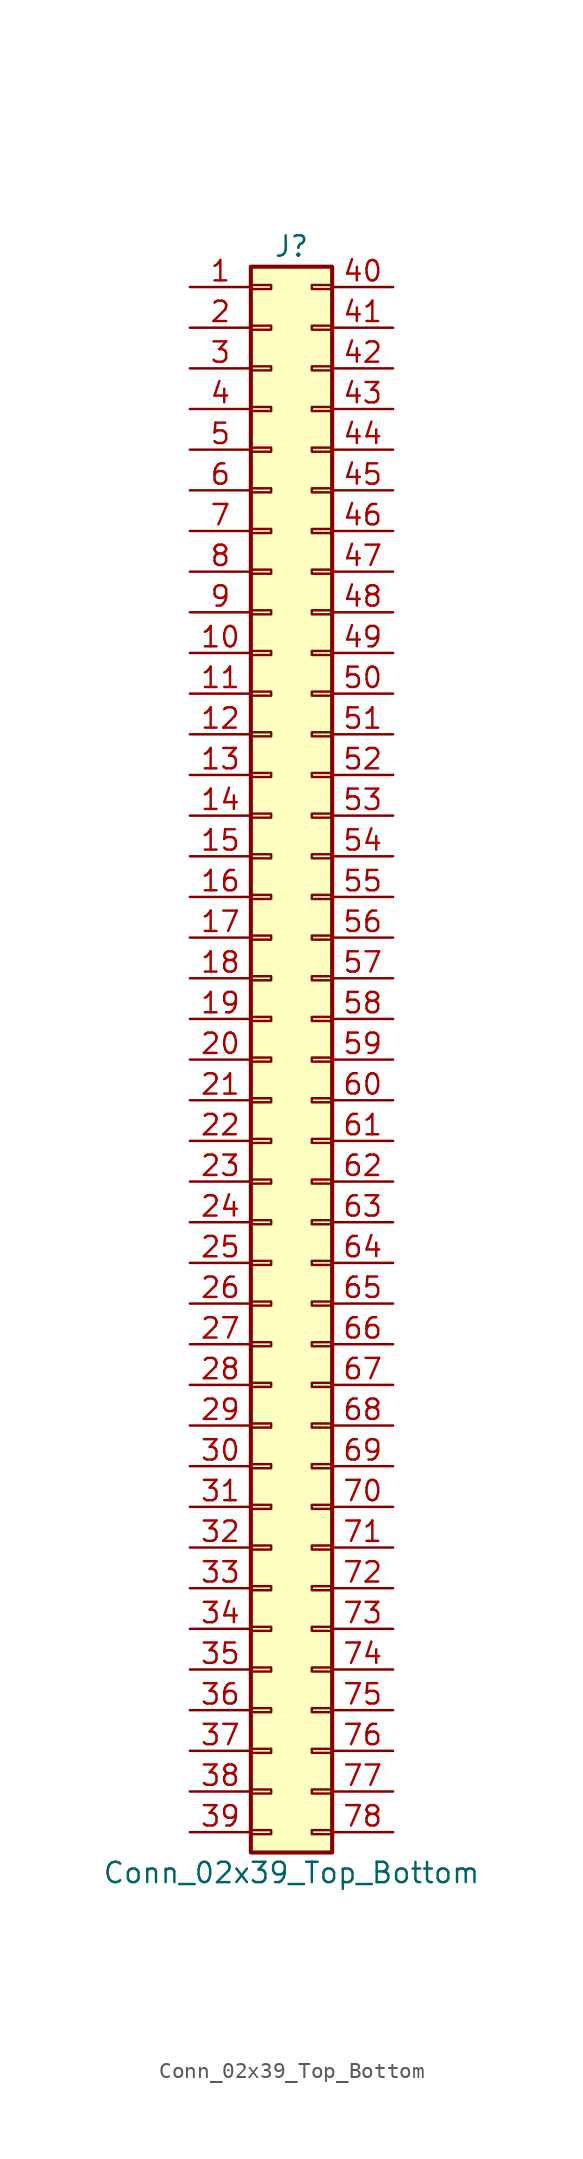
<source format=kicad_sym>
(kicad_symbol_lib
  (version 20220914)
  (generator kicad_symbol_editor)
  (symbol "Conn_02x39_Top_Bottom"
    (pin_names
      (offset 1.016) hide)
    (property "Reference" "J"
      (at 1.27 50.8 0)
      (effects (font (size 1.27 1.27))))
    (property "Value" "Conn_02x39_Top_Bottom"
      (at 1.27 -50.8 0)
      (effects (font (size 1.27 1.27))))
    (symbol "Conn_02x39_Top_Bottom_1_1"
      (rectangle (start -1.27 -48.133) (end 0 -48.387) (stroke (width 0.152) (type solid)) (fill (type none)))
      (rectangle (start -1.27 -45.593) (end 0 -45.847) (stroke (width 0.152) (type solid)) (fill (type none)))
      (rectangle (start -1.27 -43.053) (end 0 -43.307) (stroke (width 0.152) (type solid)) (fill (type none)))
      (rectangle (start -1.27 -40.513) (end 0 -40.767) (stroke (width 0.152) (type solid)) (fill (type none)))
      (rectangle (start -1.27 -37.973) (end 0 -38.227) (stroke (width 0.152) (type solid)) (fill (type none)))
      (rectangle (start -1.27 -35.433) (end 0 -35.687) (stroke (width 0.152) (type solid)) (fill (type none)))
      (rectangle (start -1.27 -32.893) (end 0 -33.147) (stroke (width 0.152) (type solid)) (fill (type none)))
      (rectangle (start -1.27 -30.353) (end 0 -30.607) (stroke (width 0.152) (type solid)) (fill (type none)))
      (rectangle (start -1.27 -27.813) (end 0 -28.067) (stroke (width 0.152) (type solid)) (fill (type none)))
      (rectangle (start -1.27 -25.273) (end 0 -25.527) (stroke (width 0.152) (type solid)) (fill (type none)))
      (rectangle (start -1.27 -22.733) (end 0 -22.987) (stroke (width 0.152) (type solid)) (fill (type none)))
      (rectangle (start -1.27 -20.193) (end 0 -20.447) (stroke (width 0.152) (type solid)) (fill (type none)))
      (rectangle (start -1.27 -17.653) (end 0 -17.907) (stroke (width 0.152) (type solid)) (fill (type none)))
      (rectangle (start -1.27 -15.113) (end 0 -15.367) (stroke (width 0.152) (type solid)) (fill (type none)))
      (rectangle (start -1.27 -12.573) (end 0 -12.827) (stroke (width 0.152) (type solid)) (fill (type none)))
      (rectangle (start -1.27 -10.033) (end 0 -10.287) (stroke (width 0.152) (type solid)) (fill (type none)))
      (rectangle (start -1.27 -7.493) (end 0 -7.747) (stroke (width 0.152) (type solid)) (fill (type none)))
      (rectangle (start -1.27 -4.953) (end 0 -5.207) (stroke (width 0.152) (type solid)) (fill (type none)))
      (rectangle (start -1.27 -2.413) (end 0 -2.667) (stroke (width 0.152) (type solid)) (fill (type none)))
      (rectangle (start -1.27 0.127) (end 0 -0.127) (stroke (width 0.152) (type solid)) (fill (type none)))
      (rectangle (start -1.27 2.667) (end 0 2.413) (stroke (width 0.152) (type solid)) (fill (type none)))
      (rectangle (start -1.27 5.207) (end 0 4.953) (stroke (width 0.152) (type solid)) (fill (type none)))
      (rectangle (start -1.27 7.747) (end 0 7.493) (stroke (width 0.152) (type solid)) (fill (type none)))
      (rectangle (start -1.27 10.287) (end 0 10.033) (stroke (width 0.152) (type solid)) (fill (type none)))
      (rectangle (start -1.27 12.827) (end 0 12.573) (stroke (width 0.152) (type solid)) (fill (type none)))
      (rectangle (start -1.27 15.367) (end 0 15.113) (stroke (width 0.152) (type solid)) (fill (type none)))
      (rectangle (start -1.27 17.907) (end 0 17.653) (stroke (width 0.152) (type solid)) (fill (type none)))
      (rectangle (start -1.27 20.447) (end 0 20.193) (stroke (width 0.152) (type solid)) (fill (type none)))
      (rectangle (start -1.27 22.987) (end 0 22.733) (stroke (width 0.152) (type solid)) (fill (type none)))
      (rectangle (start -1.27 25.527) (end 0 25.273) (stroke (width 0.152) (type solid)) (fill (type none)))
      (rectangle (start -1.27 28.067) (end 0 27.813) (stroke (width 0.152) (type solid)) (fill (type none)))
      (rectangle (start -1.27 30.607) (end 0 30.353) (stroke (width 0.152) (type solid)) (fill (type none)))
      (rectangle (start -1.27 33.147) (end 0 32.893) (stroke (width 0.152) (type solid)) (fill (type none)))
      (rectangle (start -1.27 35.687) (end 0 35.433) (stroke (width 0.152) (type solid)) (fill (type none)))
      (rectangle (start -1.27 38.227) (end 0 37.973) (stroke (width 0.152) (type solid)) (fill (type none)))
      (rectangle (start -1.27 40.767) (end 0 40.513) (stroke (width 0.152) (type solid)) (fill (type none)))
      (rectangle (start -1.27 43.307) (end 0 43.053) (stroke (width 0.152) (type solid)) (fill (type none)))
      (rectangle (start -1.27 45.847) (end 0 45.593) (stroke (width 0.152) (type solid)) (fill (type none)))
      (rectangle (start -1.27 48.387) (end 0 48.133) (stroke (width 0.152) (type solid)) (fill (type none)))
      (rectangle (start -1.27 49.53) (end 3.81 -49.53) (stroke (width 0.254) (type solid)) (fill (type background)))
      (rectangle (start 3.81 -48.133) (end 2.54 -48.387) (stroke (width 0.152) (type solid)) (fill (type none)))
      (rectangle (start 3.81 -45.593) (end 2.54 -45.847) (stroke (width 0.152) (type solid)) (fill (type none)))
      (rectangle (start 3.81 -43.053) (end 2.54 -43.307) (stroke (width 0.152) (type solid)) (fill (type none)))
      (rectangle (start 3.81 -40.513) (end 2.54 -40.767) (stroke (width 0.152) (type solid)) (fill (type none)))
      (rectangle (start 3.81 -37.973) (end 2.54 -38.227) (stroke (width 0.152) (type solid)) (fill (type none)))
      (rectangle (start 3.81 -35.433) (end 2.54 -35.687) (stroke (width 0.152) (type solid)) (fill (type none)))
      (rectangle (start 3.81 -32.893) (end 2.54 -33.147) (stroke (width 0.152) (type solid)) (fill (type none)))
      (rectangle (start 3.81 -30.353) (end 2.54 -30.607) (stroke (width 0.152) (type solid)) (fill (type none)))
      (rectangle (start 3.81 -27.813) (end 2.54 -28.067) (stroke (width 0.152) (type solid)) (fill (type none)))
      (rectangle (start 3.81 -25.273) (end 2.54 -25.527) (stroke (width 0.152) (type solid)) (fill (type none)))
      (rectangle (start 3.81 -22.733) (end 2.54 -22.987) (stroke (width 0.152) (type solid)) (fill (type none)))
      (rectangle (start 3.81 -20.193) (end 2.54 -20.447) (stroke (width 0.152) (type solid)) (fill (type none)))
      (rectangle (start 3.81 -17.653) (end 2.54 -17.907) (stroke (width 0.152) (type solid)) (fill (type none)))
      (rectangle (start 3.81 -15.113) (end 2.54 -15.367) (stroke (width 0.152) (type solid)) (fill (type none)))
      (rectangle (start 3.81 -12.573) (end 2.54 -12.827) (stroke (width 0.152) (type solid)) (fill (type none)))
      (rectangle (start 3.81 -10.033) (end 2.54 -10.287) (stroke (width 0.152) (type solid)) (fill (type none)))
      (rectangle (start 3.81 -7.493) (end 2.54 -7.747) (stroke (width 0.152) (type solid)) (fill (type none)))
      (rectangle (start 3.81 -4.953) (end 2.54 -5.207) (stroke (width 0.152) (type solid)) (fill (type none)))
      (rectangle (start 3.81 -2.413) (end 2.54 -2.667) (stroke (width 0.152) (type solid)) (fill (type none)))
      (rectangle (start 3.81 0.127) (end 2.54 -0.127) (stroke (width 0.152) (type solid)) (fill (type none)))
      (rectangle (start 3.81 2.667) (end 2.54 2.413) (stroke (width 0.152) (type solid)) (fill (type none)))
      (rectangle (start 3.81 5.207) (end 2.54 4.953) (stroke (width 0.152) (type solid)) (fill (type none)))
      (rectangle (start 3.81 7.747) (end 2.54 7.493) (stroke (width 0.152) (type solid)) (fill (type none)))
      (rectangle (start 3.81 10.287) (end 2.54 10.033) (stroke (width 0.152) (type solid)) (fill (type none)))
      (rectangle (start 3.81 12.827) (end 2.54 12.573) (stroke (width 0.152) (type solid)) (fill (type none)))
      (rectangle (start 3.81 15.367) (end 2.54 15.113) (stroke (width 0.152) (type solid)) (fill (type none)))
      (rectangle (start 3.81 17.907) (end 2.54 17.653) (stroke (width 0.152) (type solid)) (fill (type none)))
      (rectangle (start 3.81 20.447) (end 2.54 20.193) (stroke (width 0.152) (type solid)) (fill (type none)))
      (rectangle (start 3.81 22.987) (end 2.54 22.733) (stroke (width 0.152) (type solid)) (fill (type none)))
      (rectangle (start 3.81 25.527) (end 2.54 25.273) (stroke (width 0.152) (type solid)) (fill (type none)))
      (rectangle (start 3.81 28.067) (end 2.54 27.813) (stroke (width 0.152) (type solid)) (fill (type none)))
      (rectangle (start 3.81 30.607) (end 2.54 30.353) (stroke (width 0.152) (type solid)) (fill (type none)))
      (rectangle (start 3.81 33.147) (end 2.54 32.893) (stroke (width 0.152) (type solid)) (fill (type none)))
      (rectangle (start 3.81 35.687) (end 2.54 35.433) (stroke (width 0.152) (type solid)) (fill (type none)))
      (rectangle (start 3.81 38.227) (end 2.54 37.973) (stroke (width 0.152) (type solid)) (fill (type none)))
      (rectangle (start 3.81 40.767) (end 2.54 40.513) (stroke (width 0.152) (type solid)) (fill (type none)))
      (rectangle (start 3.81 43.307) (end 2.54 43.053) (stroke (width 0.152) (type solid)) (fill (type none)))
      (rectangle (start 3.81 45.847) (end 2.54 45.593) (stroke (width 0.152) (type solid)) (fill (type none)))
      (rectangle (start 3.81 48.387) (end 2.54 48.133) (stroke (width 0.152) (type solid)) (fill (type none)))
      (pin passive line (at -5.08 48.26 0) (length 3.81) (name "Pin_1" (effects (font (size 1.27 1.27)))) (number "1" (effects (font (size 1.27 1.27)))))
      (pin passive line (at -5.08 25.4 0) (length 3.81) (name "Pin_10" (effects (font (size 1.27 1.27)))) (number "10" (effects (font (size 1.27 1.27)))))
      (pin passive line (at -5.08 22.86 0) (length 3.81) (name "Pin_11" (effects (font (size 1.27 1.27)))) (number "11" (effects (font (size 1.27 1.27)))))
      (pin passive line (at -5.08 20.32 0) (length 3.81) (name "Pin_12" (effects (font (size 1.27 1.27)))) (number "12" (effects (font (size 1.27 1.27)))))
      (pin passive line (at -5.08 17.78 0) (length 3.81) (name "Pin_13" (effects (font (size 1.27 1.27)))) (number "13" (effects (font (size 1.27 1.27)))))
      (pin passive line (at -5.08 15.24 0) (length 3.81) (name "Pin_14" (effects (font (size 1.27 1.27)))) (number "14" (effects (font (size 1.27 1.27)))))
      (pin passive line (at -5.08 12.7 0) (length 3.81) (name "Pin_15" (effects (font (size 1.27 1.27)))) (number "15" (effects (font (size 1.27 1.27)))))
      (pin passive line (at -5.08 10.16 0) (length 3.81) (name "Pin_16" (effects (font (size 1.27 1.27)))) (number "16" (effects (font (size 1.27 1.27)))))
      (pin passive line (at -5.08 7.62 0) (length 3.81) (name "Pin_17" (effects (font (size 1.27 1.27)))) (number "17" (effects (font (size 1.27 1.27)))))
      (pin passive line (at -5.08 5.08 0) (length 3.81) (name "Pin_18" (effects (font (size 1.27 1.27)))) (number "18" (effects (font (size 1.27 1.27)))))
      (pin passive line (at -5.08 2.54 0) (length 3.81) (name "Pin_19" (effects (font (size 1.27 1.27)))) (number "19" (effects (font (size 1.27 1.27)))))
      (pin passive line (at -5.08 45.72 0) (length 3.81) (name "Pin_2" (effects (font (size 1.27 1.27)))) (number "2" (effects (font (size 1.27 1.27)))))
      (pin passive line (at -5.08 0 0) (length 3.81) (name "Pin_20" (effects (font (size 1.27 1.27)))) (number "20" (effects (font (size 1.27 1.27)))))
      (pin passive line (at -5.08 -2.54 0) (length 3.81) (name "Pin_21" (effects (font (size 1.27 1.27)))) (number "21" (effects (font (size 1.27 1.27)))))
      (pin passive line (at -5.08 -5.08 0) (length 3.81) (name "Pin_22" (effects (font (size 1.27 1.27)))) (number "22" (effects (font (size 1.27 1.27)))))
      (pin passive line (at -5.08 -7.62 0) (length 3.81) (name "Pin_23" (effects (font (size 1.27 1.27)))) (number "23" (effects (font (size 1.27 1.27)))))
      (pin passive line (at -5.08 -10.16 0) (length 3.81) (name "Pin_24" (effects (font (size 1.27 1.27)))) (number "24" (effects (font (size 1.27 1.27)))))
      (pin passive line (at -5.08 -12.7 0) (length 3.81) (name "Pin_25" (effects (font (size 1.27 1.27)))) (number "25" (effects (font (size 1.27 1.27)))))
      (pin passive line (at -5.08 -15.24 0) (length 3.81) (name "Pin_26" (effects (font (size 1.27 1.27)))) (number "26" (effects (font (size 1.27 1.27)))))
      (pin passive line (at -5.08 -17.78 0) (length 3.81) (name "Pin_27" (effects (font (size 1.27 1.27)))) (number "27" (effects (font (size 1.27 1.27)))))
      (pin passive line (at -5.08 -20.32 0) (length 3.81) (name "Pin_28" (effects (font (size 1.27 1.27)))) (number "28" (effects (font (size 1.27 1.27)))))
      (pin passive line (at -5.08 -22.86 0) (length 3.81) (name "Pin_29" (effects (font (size 1.27 1.27)))) (number "29" (effects (font (size 1.27 1.27)))))
      (pin passive line (at -5.08 43.18 0) (length 3.81) (name "Pin_3" (effects (font (size 1.27 1.27)))) (number "3" (effects (font (size 1.27 1.27)))))
      (pin passive line (at -5.08 -25.4 0) (length 3.81) (name "Pin_30" (effects (font (size 1.27 1.27)))) (number "30" (effects (font (size 1.27 1.27)))))
      (pin passive line (at -5.08 -27.94 0) (length 3.81) (name "Pin_31" (effects (font (size 1.27 1.27)))) (number "31" (effects (font (size 1.27 1.27)))))
      (pin passive line (at -5.08 -30.48 0) (length 3.81) (name "Pin_32" (effects (font (size 1.27 1.27)))) (number "32" (effects (font (size 1.27 1.27)))))
      (pin passive line (at -5.08 -33.02 0) (length 3.81) (name "Pin_33" (effects (font (size 1.27 1.27)))) (number "33" (effects (font (size 1.27 1.27)))))
      (pin passive line (at -5.08 -35.56 0) (length 3.81) (name "Pin_34" (effects (font (size 1.27 1.27)))) (number "34" (effects (font (size 1.27 1.27)))))
      (pin passive line (at -5.08 -38.1 0) (length 3.81) (name "Pin_35" (effects (font (size 1.27 1.27)))) (number "35" (effects (font (size 1.27 1.27)))))
      (pin passive line (at -5.08 -40.64 0) (length 3.81) (name "Pin_36" (effects (font (size 1.27 1.27)))) (number "36" (effects (font (size 1.27 1.27)))))
      (pin passive line (at -5.08 -43.18 0) (length 3.81) (name "Pin_37" (effects (font (size 1.27 1.27)))) (number "37" (effects (font (size 1.27 1.27)))))
      (pin passive line (at -5.08 -45.72 0) (length 3.81) (name "Pin_38" (effects (font (size 1.27 1.27)))) (number "38" (effects (font (size 1.27 1.27)))))
      (pin passive line (at -5.08 -48.26 0) (length 3.81) (name "Pin_39" (effects (font (size 1.27 1.27)))) (number "39" (effects (font (size 1.27 1.27)))))
      (pin passive line (at -5.08 40.64 0) (length 3.81) (name "Pin_4" (effects (font (size 1.27 1.27)))) (number "4" (effects (font (size 1.27 1.27)))))
      (pin passive line (at 7.62 48.26 180) (length 3.81) (name "Pin_40" (effects (font (size 1.27 1.27)))) (number "40" (effects (font (size 1.27 1.27)))))
      (pin passive line (at 7.62 45.72 180) (length 3.81) (name "Pin_41" (effects (font (size 1.27 1.27)))) (number "41" (effects (font (size 1.27 1.27)))))
      (pin passive line (at 7.62 43.18 180) (length 3.81) (name "Pin_42" (effects (font (size 1.27 1.27)))) (number "42" (effects (font (size 1.27 1.27)))))
      (pin passive line (at 7.62 40.64 180) (length 3.81) (name "Pin_43" (effects (font (size 1.27 1.27)))) (number "43" (effects (font (size 1.27 1.27)))))
      (pin passive line (at 7.62 38.1 180) (length 3.81) (name "Pin_44" (effects (font (size 1.27 1.27)))) (number "44" (effects (font (size 1.27 1.27)))))
      (pin passive line (at 7.62 35.56 180) (length 3.81) (name "Pin_45" (effects (font (size 1.27 1.27)))) (number "45" (effects (font (size 1.27 1.27)))))
      (pin passive line (at 7.62 33.02 180) (length 3.81) (name "Pin_46" (effects (font (size 1.27 1.27)))) (number "46" (effects (font (size 1.27 1.27)))))
      (pin passive line (at 7.62 30.48 180) (length 3.81) (name "Pin_47" (effects (font (size 1.27 1.27)))) (number "47" (effects (font (size 1.27 1.27)))))
      (pin passive line (at 7.62 27.94 180) (length 3.81) (name "Pin_48" (effects (font (size 1.27 1.27)))) (number "48" (effects (font (size 1.27 1.27)))))
      (pin passive line (at 7.62 25.4 180) (length 3.81) (name "Pin_49" (effects (font (size 1.27 1.27)))) (number "49" (effects (font (size 1.27 1.27)))))
      (pin passive line (at -5.08 38.1 0) (length 3.81) (name "Pin_5" (effects (font (size 1.27 1.27)))) (number "5" (effects (font (size 1.27 1.27)))))
      (pin passive line (at 7.62 22.86 180) (length 3.81) (name "Pin_50" (effects (font (size 1.27 1.27)))) (number "50" (effects (font (size 1.27 1.27)))))
      (pin passive line (at 7.62 20.32 180) (length 3.81) (name "Pin_51" (effects (font (size 1.27 1.27)))) (number "51" (effects (font (size 1.27 1.27)))))
      (pin passive line (at 7.62 17.78 180) (length 3.81) (name "Pin_52" (effects (font (size 1.27 1.27)))) (number "52" (effects (font (size 1.27 1.27)))))
      (pin passive line (at 7.62 15.24 180) (length 3.81) (name "Pin_53" (effects (font (size 1.27 1.27)))) (number "53" (effects (font (size 1.27 1.27)))))
      (pin passive line (at 7.62 12.7 180) (length 3.81) (name "Pin_54" (effects (font (size 1.27 1.27)))) (number "54" (effects (font (size 1.27 1.27)))))
      (pin passive line (at 7.62 10.16 180) (length 3.81) (name "Pin_55" (effects (font (size 1.27 1.27)))) (number "55" (effects (font (size 1.27 1.27)))))
      (pin passive line (at 7.62 7.62 180) (length 3.81) (name "Pin_56" (effects (font (size 1.27 1.27)))) (number "56" (effects (font (size 1.27 1.27)))))
      (pin passive line (at 7.62 5.08 180) (length 3.81) (name "Pin_57" (effects (font (size 1.27 1.27)))) (number "57" (effects (font (size 1.27 1.27)))))
      (pin passive line (at 7.62 2.54 180) (length 3.81) (name "Pin_58" (effects (font (size 1.27 1.27)))) (number "58" (effects (font (size 1.27 1.27)))))
      (pin passive line (at 7.62 0 180) (length 3.81) (name "Pin_59" (effects (font (size 1.27 1.27)))) (number "59" (effects (font (size 1.27 1.27)))))
      (pin passive line (at -5.08 35.56 0) (length 3.81) (name "Pin_6" (effects (font (size 1.27 1.27)))) (number "6" (effects (font (size 1.27 1.27)))))
      (pin passive line (at 7.62 -2.54 180) (length 3.81) (name "Pin_60" (effects (font (size 1.27 1.27)))) (number "60" (effects (font (size 1.27 1.27)))))
      (pin passive line (at 7.62 -5.08 180) (length 3.81) (name "Pin_61" (effects (font (size 1.27 1.27)))) (number "61" (effects (font (size 1.27 1.27)))))
      (pin passive line (at 7.62 -7.62 180) (length 3.81) (name "Pin_62" (effects (font (size 1.27 1.27)))) (number "62" (effects (font (size 1.27 1.27)))))
      (pin passive line (at 7.62 -10.16 180) (length 3.81) (name "Pin_63" (effects (font (size 1.27 1.27)))) (number "63" (effects (font (size 1.27 1.27)))))
      (pin passive line (at 7.62 -12.7 180) (length 3.81) (name "Pin_64" (effects (font (size 1.27 1.27)))) (number "64" (effects (font (size 1.27 1.27)))))
      (pin passive line (at 7.62 -15.24 180) (length 3.81) (name "Pin_65" (effects (font (size 1.27 1.27)))) (number "65" (effects (font (size 1.27 1.27)))))
      (pin passive line (at 7.62 -17.78 180) (length 3.81) (name "Pin_66" (effects (font (size 1.27 1.27)))) (number "66" (effects (font (size 1.27 1.27)))))
      (pin passive line (at 7.62 -20.32 180) (length 3.81) (name "Pin_67" (effects (font (size 1.27 1.27)))) (number "67" (effects (font (size 1.27 1.27)))))
      (pin passive line (at 7.62 -22.86 180) (length 3.81) (name "Pin_68" (effects (font (size 1.27 1.27)))) (number "68" (effects (font (size 1.27 1.27)))))
      (pin passive line (at 7.62 -25.4 180) (length 3.81) (name "Pin_69" (effects (font (size 1.27 1.27)))) (number "69" (effects (font (size 1.27 1.27)))))
      (pin passive line (at -5.08 33.02 0) (length 3.81) (name "Pin_7" (effects (font (size 1.27 1.27)))) (number "7" (effects (font (size 1.27 1.27)))))
      (pin passive line (at 7.62 -27.94 180) (length 3.81) (name "Pin_70" (effects (font (size 1.27 1.27)))) (number "70" (effects (font (size 1.27 1.27)))))
      (pin passive line (at 7.62 -30.48 180) (length 3.81) (name "Pin_71" (effects (font (size 1.27 1.27)))) (number "71" (effects (font (size 1.27 1.27)))))
      (pin passive line (at 7.62 -33.02 180) (length 3.81) (name "Pin_72" (effects (font (size 1.27 1.27)))) (number "72" (effects (font (size 1.27 1.27)))))
      (pin passive line (at 7.62 -35.56 180) (length 3.81) (name "Pin_73" (effects (font (size 1.27 1.27)))) (number "73" (effects (font (size 1.27 1.27)))))
      (pin passive line (at 7.62 -38.1 180) (length 3.81) (name "Pin_74" (effects (font (size 1.27 1.27)))) (number "74" (effects (font (size 1.27 1.27)))))
      (pin passive line (at 7.62 -40.64 180) (length 3.81) (name "Pin_75" (effects (font (size 1.27 1.27)))) (number "75" (effects (font (size 1.27 1.27)))))
      (pin passive line (at 7.62 -43.18 180) (length 3.81) (name "Pin_76" (effects (font (size 1.27 1.27)))) (number "76" (effects (font (size 1.27 1.27)))))
      (pin passive line (at 7.62 -45.72 180) (length 3.81) (name "Pin_77" (effects (font (size 1.27 1.27)))) (number "77" (effects (font (size 1.27 1.27)))))
      (pin passive line (at 7.62 -48.26 180) (length 3.81) (name "Pin_78" (effects (font (size 1.27 1.27)))) (number "78" (effects (font (size 1.27 1.27)))))
      (pin passive line (at -5.08 30.48 0) (length 3.81) (name "Pin_8" (effects (font (size 1.27 1.27)))) (number "8" (effects (font (size 1.27 1.27)))))
      (pin passive line (at -5.08 27.94 0) (length 3.81) (name "Pin_9" (effects (font (size 1.27 1.27)))) (number "9" (effects (font (size 1.27 1.27))))))))
</source>
